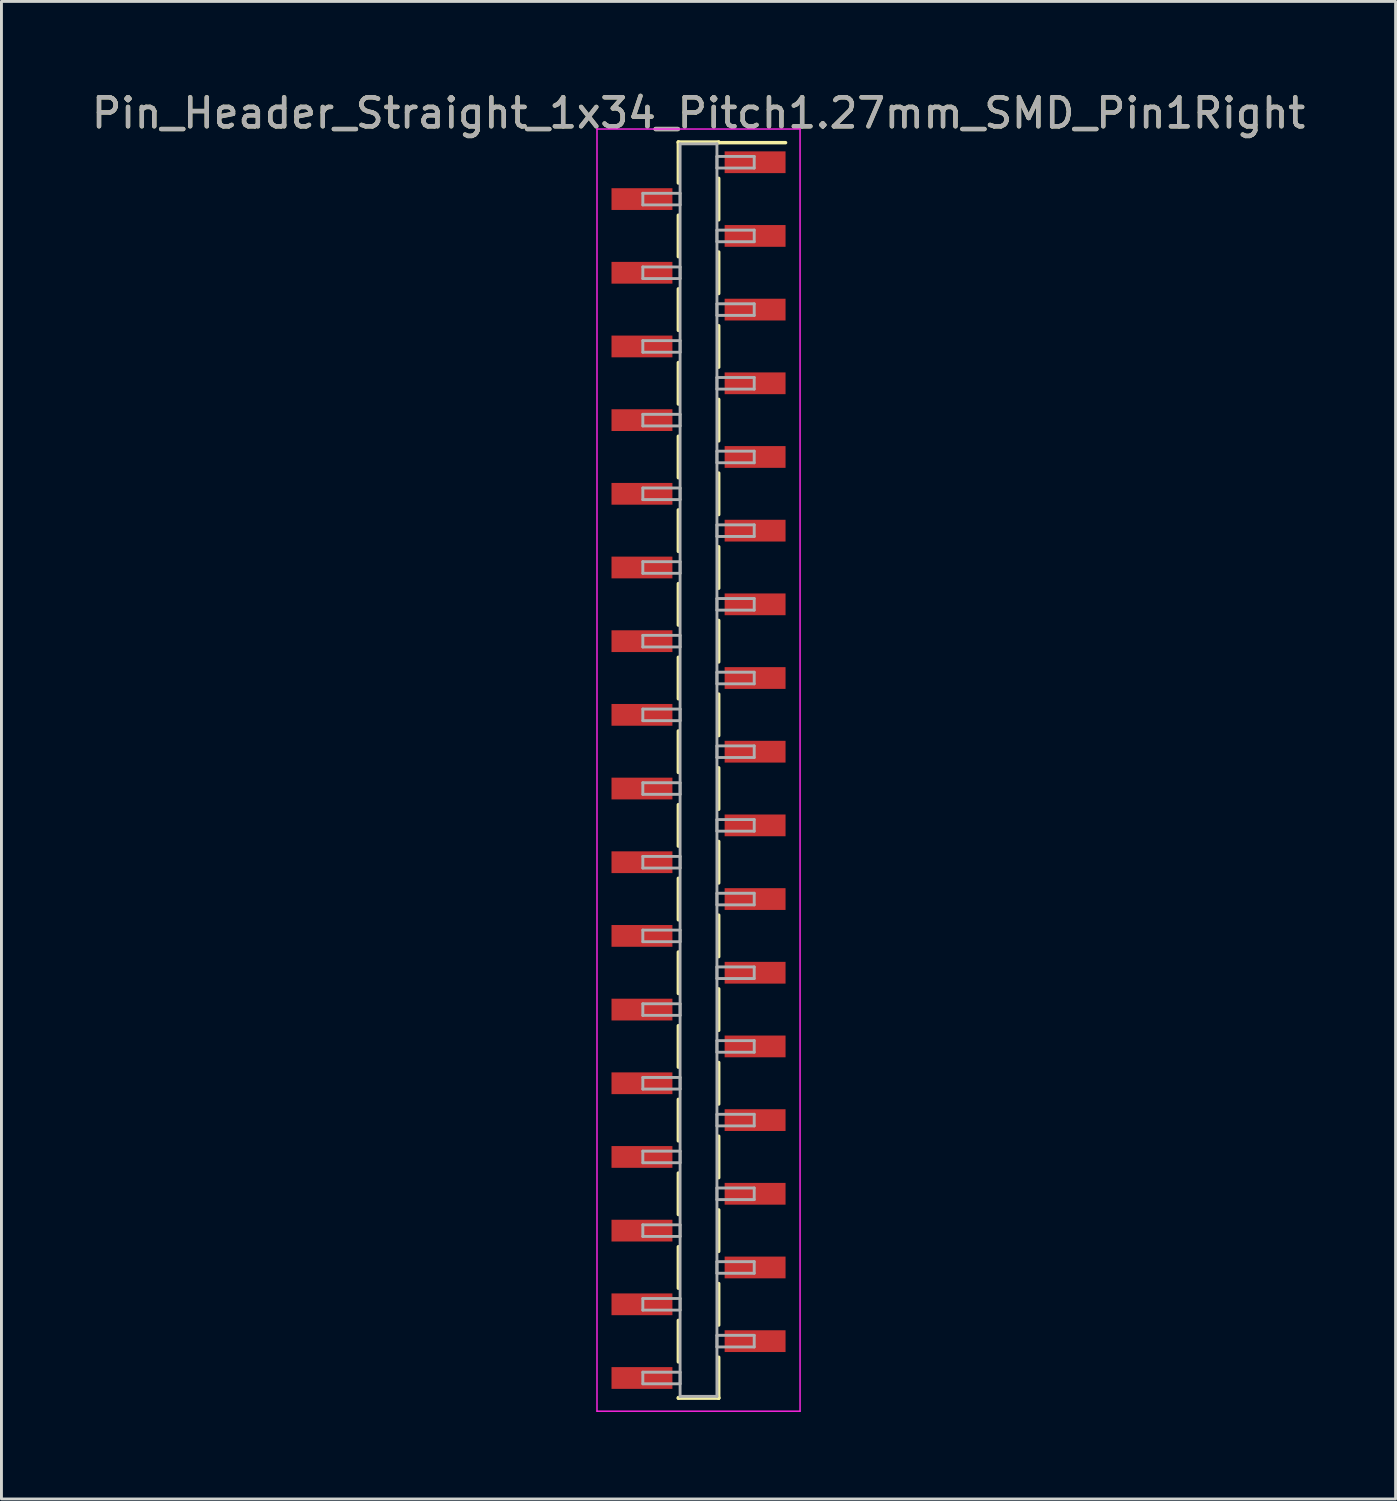
<source format=kicad_pcb>
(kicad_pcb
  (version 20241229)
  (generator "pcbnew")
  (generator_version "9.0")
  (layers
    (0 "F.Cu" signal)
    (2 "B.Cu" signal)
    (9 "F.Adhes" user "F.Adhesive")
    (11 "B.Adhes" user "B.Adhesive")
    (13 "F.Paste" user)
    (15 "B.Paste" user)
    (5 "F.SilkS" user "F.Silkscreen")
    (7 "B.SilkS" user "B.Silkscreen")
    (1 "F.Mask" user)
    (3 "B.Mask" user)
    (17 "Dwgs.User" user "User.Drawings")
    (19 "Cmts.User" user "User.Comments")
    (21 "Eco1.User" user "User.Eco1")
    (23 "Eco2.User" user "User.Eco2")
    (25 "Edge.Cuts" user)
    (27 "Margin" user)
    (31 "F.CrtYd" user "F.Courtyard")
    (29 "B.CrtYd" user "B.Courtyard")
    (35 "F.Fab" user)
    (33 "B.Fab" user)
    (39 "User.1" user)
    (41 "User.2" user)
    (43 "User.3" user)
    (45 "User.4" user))
  (footprint "Pin_Header_Straight_1x34_Pitch1.27mm_SMD_Pin1Right"
    (layer "F.Cu")
    (at 21.03 23.498)
    (property "Reference" "Pin_Header_Straight_1x34_Pitch1.27mm_SMD_Pin1Right" (at 0 -22.65 0) (layer "F.SilkS") (effects (font (size 1 1) (thickness 0.15))))
    (attr smd)
    (fp_line (start -0.695 -21.65) (end -0.695 -20.24) (stroke (width 0.12) (type solid)) (layer "F.SilkS"))
    (fp_line (start -0.695 -21.65) (end 0.695 -21.65) (stroke (width 0.12) (type solid)) (layer "F.SilkS"))
    (fp_line (start -0.695 -21.63) (end -0.695 -21.65) (stroke (width 0.12) (type solid)) (layer "F.SilkS"))
    (fp_line (start -0.695 -19.13) (end -0.695 -17.7) (stroke (width 0.12) (type solid)) (layer "F.SilkS"))
    (fp_line (start -0.695 -16.59) (end -0.695 -15.16) (stroke (width 0.12) (type solid)) (layer "F.SilkS"))
    (fp_line (start -0.695 -14.05) (end -0.695 -12.62) (stroke (width 0.12) (type solid)) (layer "F.SilkS"))
    (fp_line (start -0.695 -11.51) (end -0.695 -10.08) (stroke (width 0.12) (type solid)) (layer "F.SilkS"))
    (fp_line (start -0.695 -8.97) (end -0.695 -7.54) (stroke (width 0.12) (type solid)) (layer "F.SilkS"))
    (fp_line (start -0.695 -6.43) (end -0.695 -5) (stroke (width 0.12) (type solid)) (layer "F.SilkS"))
    (fp_line (start -0.695 -3.89) (end -0.695 -2.46) (stroke (width 0.12) (type solid)) (layer "F.SilkS"))
    (fp_line (start -0.695 -1.35) (end -0.695 0.08) (stroke (width 0.12) (type solid)) (layer "F.SilkS"))
    (fp_line (start -0.695 1.19) (end -0.695 2.62) (stroke (width 0.12) (type solid)) (layer "F.SilkS"))
    (fp_line (start -0.695 3.73) (end -0.695 5.16) (stroke (width 0.12) (type solid)) (layer "F.SilkS"))
    (fp_line (start -0.695 6.27) (end -0.695 7.7) (stroke (width 0.12) (type solid)) (layer "F.SilkS"))
    (fp_line (start -0.695 8.81) (end -0.695 10.24) (stroke (width 0.12) (type solid)) (layer "F.SilkS"))
    (fp_line (start -0.695 11.35) (end -0.695 12.78) (stroke (width 0.12) (type solid)) (layer "F.SilkS"))
    (fp_line (start -0.695 13.89) (end -0.695 15.32) (stroke (width 0.12) (type solid)) (layer "F.SilkS"))
    (fp_line (start -0.695 16.43) (end -0.695 17.86) (stroke (width 0.12) (type solid)) (layer "F.SilkS"))
    (fp_line (start -0.695 18.97) (end -0.695 20.4) (stroke (width 0.12) (type solid)) (layer "F.SilkS"))
    (fp_line (start -0.695 21.63) (end -0.695 21.65) (stroke (width 0.12) (type solid)) (layer "F.SilkS"))
    (fp_line (start -0.695 21.65) (end 0.695 21.65) (stroke (width 0.12) (type solid)) (layer "F.SilkS"))
    (fp_line (start 0.695 -21.65) (end 0.695 -21.63) (stroke (width 0.12) (type solid)) (layer "F.SilkS"))
    (fp_line (start 0.695 -21.63) (end 3 -21.63) (stroke (width 0.12) (type solid)) (layer "F.SilkS"))
    (fp_line (start 0.695 -20.4) (end 0.695 -18.97) (stroke (width 0.12) (type solid)) (layer "F.SilkS"))
    (fp_line (start 0.695 -17.86) (end 0.695 -16.43) (stroke (width 0.12) (type solid)) (layer "F.SilkS"))
    (fp_line (start 0.695 -15.32) (end 0.695 -13.89) (stroke (width 0.12) (type solid)) (layer "F.SilkS"))
    (fp_line (start 0.695 -12.78) (end 0.695 -11.35) (stroke (width 0.12) (type solid)) (layer "F.SilkS"))
    (fp_line (start 0.695 -10.24) (end 0.695 -8.81) (stroke (width 0.12) (type solid)) (layer "F.SilkS"))
    (fp_line (start 0.695 -7.7) (end 0.695 -6.27) (stroke (width 0.12) (type solid)) (layer "F.SilkS"))
    (fp_line (start 0.695 -5.16) (end 0.695 -3.73) (stroke (width 0.12) (type solid)) (layer "F.SilkS"))
    (fp_line (start 0.695 -2.62) (end 0.695 -1.19) (stroke (width 0.12) (type solid)) (layer "F.SilkS"))
    (fp_line (start 0.695 -0.08) (end 0.695 1.35) (stroke (width 0.12) (type solid)) (layer "F.SilkS"))
    (fp_line (start 0.695 2.46) (end 0.695 3.89) (stroke (width 0.12) (type solid)) (layer "F.SilkS"))
    (fp_line (start 0.695 5) (end 0.695 6.43) (stroke (width 0.12) (type solid)) (layer "F.SilkS"))
    (fp_line (start 0.695 7.54) (end 0.695 8.97) (stroke (width 0.12) (type solid)) (layer "F.SilkS"))
    (fp_line (start 0.695 10.08) (end 0.695 11.51) (stroke (width 0.12) (type solid)) (layer "F.SilkS"))
    (fp_line (start 0.695 12.62) (end 0.695 14.05) (stroke (width 0.12) (type solid)) (layer "F.SilkS"))
    (fp_line (start 0.695 15.16) (end 0.695 16.59) (stroke (width 0.12) (type solid)) (layer "F.SilkS"))
    (fp_line (start 0.695 17.7) (end 0.695 19.13) (stroke (width 0.12) (type solid)) (layer "F.SilkS"))
    (fp_line (start 0.695 20.24) (end 0.695 21.65) (stroke (width 0.12) (type solid)) (layer "F.SilkS"))
    (fp_line (start 0.695 21.65) (end 0.695 21.63) (stroke (width 0.12) (type solid)) (layer "F.SilkS"))
    (fp_line (start -3.5 -22.1) (end -3.5 22.1) (stroke (width 0.05) (type solid)) (layer "F.CrtYd"))
    (fp_line (start -3.5 22.1) (end 3.5 22.1) (stroke (width 0.05) (type solid)) (layer "F.CrtYd"))
    (fp_line (start 3.5 -22.1) (end -3.5 -22.1) (stroke (width 0.05) (type solid)) (layer "F.CrtYd"))
    (fp_line (start 3.5 22.1) (end 3.5 -22.1) (stroke (width 0.05) (type solid)) (layer "F.CrtYd"))
    (fp_line (start -1.92 -19.885) (end -0.635 -19.885) (stroke (width 0.1) (type solid)) (layer "F.Fab"))
    (fp_line (start -1.92 -19.485) (end -1.92 -19.885) (stroke (width 0.1) (type solid)) (layer "F.Fab"))
    (fp_line (start -1.92 -17.345) (end -0.635 -17.345) (stroke (width 0.1) (type solid)) (layer "F.Fab"))
    (fp_line (start -1.92 -16.945) (end -1.92 -17.345) (stroke (width 0.1) (type solid)) (layer "F.Fab"))
    (fp_line (start -1.92 -14.805) (end -0.635 -14.805) (stroke (width 0.1) (type solid)) (layer "F.Fab"))
    (fp_line (start -1.92 -14.405) (end -1.92 -14.805) (stroke (width 0.1) (type solid)) (layer "F.Fab"))
    (fp_line (start -1.92 -12.265) (end -0.635 -12.265) (stroke (width 0.1) (type solid)) (layer "F.Fab"))
    (fp_line (start -1.92 -11.865) (end -1.92 -12.265) (stroke (width 0.1) (type solid)) (layer "F.Fab"))
    (fp_line (start -1.92 -9.725) (end -0.635 -9.725) (stroke (width 0.1) (type solid)) (layer "F.Fab"))
    (fp_line (start -1.92 -9.325) (end -1.92 -9.725) (stroke (width 0.1) (type solid)) (layer "F.Fab"))
    (fp_line (start -1.92 -7.185) (end -0.635 -7.185) (stroke (width 0.1) (type solid)) (layer "F.Fab"))
    (fp_line (start -1.92 -6.785) (end -1.92 -7.185) (stroke (width 0.1) (type solid)) (layer "F.Fab"))
    (fp_line (start -1.92 -4.645) (end -0.635 -4.645) (stroke (width 0.1) (type solid)) (layer "F.Fab"))
    (fp_line (start -1.92 -4.245) (end -1.92 -4.645) (stroke (width 0.1) (type solid)) (layer "F.Fab"))
    (fp_line (start -1.92 -2.105) (end -0.635 -2.105) (stroke (width 0.1) (type solid)) (layer "F.Fab"))
    (fp_line (start -1.92 -1.705) (end -1.92 -2.105) (stroke (width 0.1) (type solid)) (layer "F.Fab"))
    (fp_line (start -1.92 0.435) (end -0.635 0.435) (stroke (width 0.1) (type solid)) (layer "F.Fab"))
    (fp_line (start -1.92 0.835) (end -1.92 0.435) (stroke (width 0.1) (type solid)) (layer "F.Fab"))
    (fp_line (start -1.92 2.975) (end -0.635 2.975) (stroke (width 0.1) (type solid)) (layer "F.Fab"))
    (fp_line (start -1.92 3.375) (end -1.92 2.975) (stroke (width 0.1) (type solid)) (layer "F.Fab"))
    (fp_line (start -1.92 5.515) (end -0.635 5.515) (stroke (width 0.1) (type solid)) (layer "F.Fab"))
    (fp_line (start -1.92 5.915) (end -1.92 5.515) (stroke (width 0.1) (type solid)) (layer "F.Fab"))
    (fp_line (start -1.92 8.055) (end -0.635 8.055) (stroke (width 0.1) (type solid)) (layer "F.Fab"))
    (fp_line (start -1.92 8.455) (end -1.92 8.055) (stroke (width 0.1) (type solid)) (layer "F.Fab"))
    (fp_line (start -1.92 10.595) (end -0.635 10.595) (stroke (width 0.1) (type solid)) (layer "F.Fab"))
    (fp_line (start -1.92 10.995) (end -1.92 10.595) (stroke (width 0.1) (type solid)) (layer "F.Fab"))
    (fp_line (start -1.92 13.135) (end -0.635 13.135) (stroke (width 0.1) (type solid)) (layer "F.Fab"))
    (fp_line (start -1.92 13.535) (end -1.92 13.135) (stroke (width 0.1) (type solid)) (layer "F.Fab"))
    (fp_line (start -1.92 15.675) (end -0.635 15.675) (stroke (width 0.1) (type solid)) (layer "F.Fab"))
    (fp_line (start -1.92 16.075) (end -1.92 15.675) (stroke (width 0.1) (type solid)) (layer "F.Fab"))
    (fp_line (start -1.92 18.215) (end -0.635 18.215) (stroke (width 0.1) (type solid)) (layer "F.Fab"))
    (fp_line (start -1.92 18.615) (end -1.92 18.215) (stroke (width 0.1) (type solid)) (layer "F.Fab"))
    (fp_line (start -1.92 20.755) (end -0.635 20.755) (stroke (width 0.1) (type solid)) (layer "F.Fab"))
    (fp_line (start -1.92 21.155) (end -1.92 20.755) (stroke (width 0.1) (type solid)) (layer "F.Fab"))
    (fp_line (start -0.635 -21.59) (end -0.635 21.59) (stroke (width 0.1) (type solid)) (layer "F.Fab"))
    (fp_line (start -0.635 -19.885) (end -0.635 -19.485) (stroke (width 0.1) (type solid)) (layer "F.Fab"))
    (fp_line (start -0.635 -19.485) (end -1.92 -19.485) (stroke (width 0.1) (type solid)) (layer "F.Fab"))
    (fp_line (start -0.635 -17.345) (end -0.635 -16.945) (stroke (width 0.1) (type solid)) (layer "F.Fab"))
    (fp_line (start -0.635 -16.945) (end -1.92 -16.945) (stroke (width 0.1) (type solid)) (layer "F.Fab"))
    (fp_line (start -0.635 -14.805) (end -0.635 -14.405) (stroke (width 0.1) (type solid)) (layer "F.Fab"))
    (fp_line (start -0.635 -14.405) (end -1.92 -14.405) (stroke (width 0.1) (type solid)) (layer "F.Fab"))
    (fp_line (start -0.635 -12.265) (end -0.635 -11.865) (stroke (width 0.1) (type solid)) (layer "F.Fab"))
    (fp_line (start -0.635 -11.865) (end -1.92 -11.865) (stroke (width 0.1) (type solid)) (layer "F.Fab"))
    (fp_line (start -0.635 -9.725) (end -0.635 -9.325) (stroke (width 0.1) (type solid)) (layer "F.Fab"))
    (fp_line (start -0.635 -9.325) (end -1.92 -9.325) (stroke (width 0.1) (type solid)) (layer "F.Fab"))
    (fp_line (start -0.635 -7.185) (end -0.635 -6.785) (stroke (width 0.1) (type solid)) (layer "F.Fab"))
    (fp_line (start -0.635 -6.785) (end -1.92 -6.785) (stroke (width 0.1) (type solid)) (layer "F.Fab"))
    (fp_line (start -0.635 -4.645) (end -0.635 -4.245) (stroke (width 0.1) (type solid)) (layer "F.Fab"))
    (fp_line (start -0.635 -4.245) (end -1.92 -4.245) (stroke (width 0.1) (type solid)) (layer "F.Fab"))
    (fp_line (start -0.635 -2.105) (end -0.635 -1.705) (stroke (width 0.1) (type solid)) (layer "F.Fab"))
    (fp_line (start -0.635 -1.705) (end -1.92 -1.705) (stroke (width 0.1) (type solid)) (layer "F.Fab"))
    (fp_line (start -0.635 0.435) (end -0.635 0.835) (stroke (width 0.1) (type solid)) (layer "F.Fab"))
    (fp_line (start -0.635 0.835) (end -1.92 0.835) (stroke (width 0.1) (type solid)) (layer "F.Fab"))
    (fp_line (start -0.635 2.975) (end -0.635 3.375) (stroke (width 0.1) (type solid)) (layer "F.Fab"))
    (fp_line (start -0.635 3.375) (end -1.92 3.375) (stroke (width 0.1) (type solid)) (layer "F.Fab"))
    (fp_line (start -0.635 5.515) (end -0.635 5.915) (stroke (width 0.1) (type solid)) (layer "F.Fab"))
    (fp_line (start -0.635 5.915) (end -1.92 5.915) (stroke (width 0.1) (type solid)) (layer "F.Fab"))
    (fp_line (start -0.635 8.055) (end -0.635 8.455) (stroke (width 0.1) (type solid)) (layer "F.Fab"))
    (fp_line (start -0.635 8.455) (end -1.92 8.455) (stroke (width 0.1) (type solid)) (layer "F.Fab"))
    (fp_line (start -0.635 10.595) (end -0.635 10.995) (stroke (width 0.1) (type solid)) (layer "F.Fab"))
    (fp_line (start -0.635 10.995) (end -1.92 10.995) (stroke (width 0.1) (type solid)) (layer "F.Fab"))
    (fp_line (start -0.635 13.135) (end -0.635 13.535) (stroke (width 0.1) (type solid)) (layer "F.Fab"))
    (fp_line (start -0.635 13.535) (end -1.92 13.535) (stroke (width 0.1) (type solid)) (layer "F.Fab"))
    (fp_line (start -0.635 15.675) (end -0.635 16.075) (stroke (width 0.1) (type solid)) (layer "F.Fab"))
    (fp_line (start -0.635 16.075) (end -1.92 16.075) (stroke (width 0.1) (type solid)) (layer "F.Fab"))
    (fp_line (start -0.635 18.215) (end -0.635 18.615) (stroke (width 0.1) (type solid)) (layer "F.Fab"))
    (fp_line (start -0.635 18.615) (end -1.92 18.615) (stroke (width 0.1) (type solid)) (layer "F.Fab"))
    (fp_line (start -0.635 20.755) (end -0.635 21.155) (stroke (width 0.1) (type solid)) (layer "F.Fab"))
    (fp_line (start -0.635 21.155) (end -1.92 21.155) (stroke (width 0.1) (type solid)) (layer "F.Fab"))
    (fp_line (start -0.635 21.59) (end 0.635 21.59) (stroke (width 0.1) (type solid)) (layer "F.Fab"))
    (fp_line (start 0.635 -21.59) (end -0.635 -21.59) (stroke (width 0.1) (type solid)) (layer "F.Fab"))
    (fp_line (start 0.635 -21.155) (end 0.635 -20.755) (stroke (width 0.1) (type solid)) (layer "F.Fab"))
    (fp_line (start 0.635 -20.755) (end 1.92 -20.755) (stroke (width 0.1) (type solid)) (layer "F.Fab"))
    (fp_line (start 0.635 -18.615) (end 0.635 -18.215) (stroke (width 0.1) (type solid)) (layer "F.Fab"))
    (fp_line (start 0.635 -18.215) (end 1.92 -18.215) (stroke (width 0.1) (type solid)) (layer "F.Fab"))
    (fp_line (start 0.635 -16.075) (end 0.635 -15.675) (stroke (width 0.1) (type solid)) (layer "F.Fab"))
    (fp_line (start 0.635 -15.675) (end 1.92 -15.675) (stroke (width 0.1) (type solid)) (layer "F.Fab"))
    (fp_line (start 0.635 -13.535) (end 0.635 -13.135) (stroke (width 0.1) (type solid)) (layer "F.Fab"))
    (fp_line (start 0.635 -13.135) (end 1.92 -13.135) (stroke (width 0.1) (type solid)) (layer "F.Fab"))
    (fp_line (start 0.635 -10.995) (end 0.635 -10.595) (stroke (width 0.1) (type solid)) (layer "F.Fab"))
    (fp_line (start 0.635 -10.595) (end 1.92 -10.595) (stroke (width 0.1) (type solid)) (layer "F.Fab"))
    (fp_line (start 0.635 -8.455) (end 0.635 -8.055) (stroke (width 0.1) (type solid)) (layer "F.Fab"))
    (fp_line (start 0.635 -8.055) (end 1.92 -8.055) (stroke (width 0.1) (type solid)) (layer "F.Fab"))
    (fp_line (start 0.635 -5.915) (end 0.635 -5.515) (stroke (width 0.1) (type solid)) (layer "F.Fab"))
    (fp_line (start 0.635 -5.515) (end 1.92 -5.515) (stroke (width 0.1) (type solid)) (layer "F.Fab"))
    (fp_line (start 0.635 -3.375) (end 0.635 -2.975) (stroke (width 0.1) (type solid)) (layer "F.Fab"))
    (fp_line (start 0.635 -2.975) (end 1.92 -2.975) (stroke (width 0.1) (type solid)) (layer "F.Fab"))
    (fp_line (start 0.635 -0.835) (end 0.635 -0.435) (stroke (width 0.1) (type solid)) (layer "F.Fab"))
    (fp_line (start 0.635 -0.435) (end 1.92 -0.435) (stroke (width 0.1) (type solid)) (layer "F.Fab"))
    (fp_line (start 0.635 1.705) (end 0.635 2.105) (stroke (width 0.1) (type solid)) (layer "F.Fab"))
    (fp_line (start 0.635 2.105) (end 1.92 2.105) (stroke (width 0.1) (type solid)) (layer "F.Fab"))
    (fp_line (start 0.635 4.245) (end 0.635 4.645) (stroke (width 0.1) (type solid)) (layer "F.Fab"))
    (fp_line (start 0.635 4.645) (end 1.92 4.645) (stroke (width 0.1) (type solid)) (layer "F.Fab"))
    (fp_line (start 0.635 6.785) (end 0.635 7.185) (stroke (width 0.1) (type solid)) (layer "F.Fab"))
    (fp_line (start 0.635 7.185) (end 1.92 7.185) (stroke (width 0.1) (type solid)) (layer "F.Fab"))
    (fp_line (start 0.635 9.325) (end 0.635 9.725) (stroke (width 0.1) (type solid)) (layer "F.Fab"))
    (fp_line (start 0.635 9.725) (end 1.92 9.725) (stroke (width 0.1) (type solid)) (layer "F.Fab"))
    (fp_line (start 0.635 11.865) (end 0.635 12.265) (stroke (width 0.1) (type solid)) (layer "F.Fab"))
    (fp_line (start 0.635 12.265) (end 1.92 12.265) (stroke (width 0.1) (type solid)) (layer "F.Fab"))
    (fp_line (start 0.635 14.405) (end 0.635 14.805) (stroke (width 0.1) (type solid)) (layer "F.Fab"))
    (fp_line (start 0.635 14.805) (end 1.92 14.805) (stroke (width 0.1) (type solid)) (layer "F.Fab"))
    (fp_line (start 0.635 16.945) (end 0.635 17.345) (stroke (width 0.1) (type solid)) (layer "F.Fab"))
    (fp_line (start 0.635 17.345) (end 1.92 17.345) (stroke (width 0.1) (type solid)) (layer "F.Fab"))
    (fp_line (start 0.635 19.485) (end 0.635 19.885) (stroke (width 0.1) (type solid)) (layer "F.Fab"))
    (fp_line (start 0.635 19.885) (end 1.92 19.885) (stroke (width 0.1) (type solid)) (layer "F.Fab"))
    (fp_line (start 0.635 21.59) (end 0.635 -21.59) (stroke (width 0.1) (type solid)) (layer "F.Fab"))
    (fp_line (start 1.92 -21.155) (end 0.635 -21.155) (stroke (width 0.1) (type solid)) (layer "F.Fab"))
    (fp_line (start 1.92 -20.755) (end 1.92 -21.155) (stroke (width 0.1) (type solid)) (layer "F.Fab"))
    (fp_line (start 1.92 -18.615) (end 0.635 -18.615) (stroke (width 0.1) (type solid)) (layer "F.Fab"))
    (fp_line (start 1.92 -18.215) (end 1.92 -18.615) (stroke (width 0.1) (type solid)) (layer "F.Fab"))
    (fp_line (start 1.92 -16.075) (end 0.635 -16.075) (stroke (width 0.1) (type solid)) (layer "F.Fab"))
    (fp_line (start 1.92 -15.675) (end 1.92 -16.075) (stroke (width 0.1) (type solid)) (layer "F.Fab"))
    (fp_line (start 1.92 -13.535) (end 0.635 -13.535) (stroke (width 0.1) (type solid)) (layer "F.Fab"))
    (fp_line (start 1.92 -13.135) (end 1.92 -13.535) (stroke (width 0.1) (type solid)) (layer "F.Fab"))
    (fp_line (start 1.92 -10.995) (end 0.635 -10.995) (stroke (width 0.1) (type solid)) (layer "F.Fab"))
    (fp_line (start 1.92 -10.595) (end 1.92 -10.995) (stroke (width 0.1) (type solid)) (layer "F.Fab"))
    (fp_line (start 1.92 -8.455) (end 0.635 -8.455) (stroke (width 0.1) (type solid)) (layer "F.Fab"))
    (fp_line (start 1.92 -8.055) (end 1.92 -8.455) (stroke (width 0.1) (type solid)) (layer "F.Fab"))
    (fp_line (start 1.92 -5.915) (end 0.635 -5.915) (stroke (width 0.1) (type solid)) (layer "F.Fab"))
    (fp_line (start 1.92 -5.515) (end 1.92 -5.915) (stroke (width 0.1) (type solid)) (layer "F.Fab"))
    (fp_line (start 1.92 -3.375) (end 0.635 -3.375) (stroke (width 0.1) (type solid)) (layer "F.Fab"))
    (fp_line (start 1.92 -2.975) (end 1.92 -3.375) (stroke (width 0.1) (type solid)) (layer "F.Fab"))
    (fp_line (start 1.92 -0.835) (end 0.635 -0.835) (stroke (width 0.1) (type solid)) (layer "F.Fab"))
    (fp_line (start 1.92 -0.435) (end 1.92 -0.835) (stroke (width 0.1) (type solid)) (layer "F.Fab"))
    (fp_line (start 1.92 1.705) (end 0.635 1.705) (stroke (width 0.1) (type solid)) (layer "F.Fab"))
    (fp_line (start 1.92 2.105) (end 1.92 1.705) (stroke (width 0.1) (type solid)) (layer "F.Fab"))
    (fp_line (start 1.92 4.245) (end 0.635 4.245) (stroke (width 0.1) (type solid)) (layer "F.Fab"))
    (fp_line (start 1.92 4.645) (end 1.92 4.245) (stroke (width 0.1) (type solid)) (layer "F.Fab"))
    (fp_line (start 1.92 6.785) (end 0.635 6.785) (stroke (width 0.1) (type solid)) (layer "F.Fab"))
    (fp_line (start 1.92 7.185) (end 1.92 6.785) (stroke (width 0.1) (type solid)) (layer "F.Fab"))
    (fp_line (start 1.92 9.325) (end 0.635 9.325) (stroke (width 0.1) (type solid)) (layer "F.Fab"))
    (fp_line (start 1.92 9.725) (end 1.92 9.325) (stroke (width 0.1) (type solid)) (layer "F.Fab"))
    (fp_line (start 1.92 11.865) (end 0.635 11.865) (stroke (width 0.1) (type solid)) (layer "F.Fab"))
    (fp_line (start 1.92 12.265) (end 1.92 11.865) (stroke (width 0.1) (type solid)) (layer "F.Fab"))
    (fp_line (start 1.92 14.405) (end 0.635 14.405) (stroke (width 0.1) (type solid)) (layer "F.Fab"))
    (fp_line (start 1.92 14.805) (end 1.92 14.405) (stroke (width 0.1) (type solid)) (layer "F.Fab"))
    (fp_line (start 1.92 16.945) (end 0.635 16.945) (stroke (width 0.1) (type solid)) (layer "F.Fab"))
    (fp_line (start 1.92 17.345) (end 1.92 16.945) (stroke (width 0.1) (type solid)) (layer "F.Fab"))
    (fp_line (start 1.92 19.485) (end 0.635 19.485) (stroke (width 0.1) (type solid)) (layer "F.Fab"))
    (fp_line (start 1.92 19.885) (end 1.92 19.485) (stroke (width 0.1) (type solid)) (layer "F.Fab"))
    (fp_text user "${REFERENCE}" (at 0 -22.65 0) (layer "F.Fab") (effects (font (size 1 1) (thickness 0.15))))
    (pad "1" smd rect (at 1.95 -20.955) (size 2.1 0.75) (layers "F.Cu" "F.Mask" "F.Paste"))
    (pad "2" smd rect (at -1.95 -19.685) (size 2.1 0.75) (layers "F.Cu" "F.Mask" "F.Paste"))
    (pad "3" smd rect (at 1.95 -18.415) (size 2.1 0.75) (layers "F.Cu" "F.Mask" "F.Paste"))
    (pad "4" smd rect (at -1.95 -17.145) (size 2.1 0.75) (layers "F.Cu" "F.Mask" "F.Paste"))
    (pad "5" smd rect (at 1.95 -15.875) (size 2.1 0.75) (layers "F.Cu" "F.Mask" "F.Paste"))
    (pad "6" smd rect (at -1.95 -14.605) (size 2.1 0.75) (layers "F.Cu" "F.Mask" "F.Paste"))
    (pad "7" smd rect (at 1.95 -13.335) (size 2.1 0.75) (layers "F.Cu" "F.Mask" "F.Paste"))
    (pad "8" smd rect (at -1.95 -12.065) (size 2.1 0.75) (layers "F.Cu" "F.Mask" "F.Paste"))
    (pad "9" smd rect (at 1.95 -10.795) (size 2.1 0.75) (layers "F.Cu" "F.Mask" "F.Paste"))
    (pad "10" smd rect (at -1.95 -9.525) (size 2.1 0.75) (layers "F.Cu" "F.Mask" "F.Paste"))
    (pad "11" smd rect (at 1.95 -8.255) (size 2.1 0.75) (layers "F.Cu" "F.Mask" "F.Paste"))
    (pad "12" smd rect (at -1.95 -6.985) (size 2.1 0.75) (layers "F.Cu" "F.Mask" "F.Paste"))
    (pad "13" smd rect (at 1.95 -5.715) (size 2.1 0.75) (layers "F.Cu" "F.Mask" "F.Paste"))
    (pad "14" smd rect (at -1.95 -4.445) (size 2.1 0.75) (layers "F.Cu" "F.Mask" "F.Paste"))
    (pad "15" smd rect (at 1.95 -3.175) (size 2.1 0.75) (layers "F.Cu" "F.Mask" "F.Paste"))
    (pad "16" smd rect (at -1.95 -1.905) (size 2.1 0.75) (layers "F.Cu" "F.Mask" "F.Paste"))
    (pad "17" smd rect (at 1.95 -0.635) (size 2.1 0.75) (layers "F.Cu" "F.Mask" "F.Paste"))
    (pad "18" smd rect (at -1.95 0.635) (size 2.1 0.75) (layers "F.Cu" "F.Mask" "F.Paste"))
    (pad "19" smd rect (at 1.95 1.905) (size 2.1 0.75) (layers "F.Cu" "F.Mask" "F.Paste"))
    (pad "20" smd rect (at -1.95 3.175) (size 2.1 0.75) (layers "F.Cu" "F.Mask" "F.Paste"))
    (pad "21" smd rect (at 1.95 4.445) (size 2.1 0.75) (layers "F.Cu" "F.Mask" "F.Paste"))
    (pad "22" smd rect (at -1.95 5.715) (size 2.1 0.75) (layers "F.Cu" "F.Mask" "F.Paste"))
    (pad "23" smd rect (at 1.95 6.985) (size 2.1 0.75) (layers "F.Cu" "F.Mask" "F.Paste"))
    (pad "24" smd rect (at -1.95 8.255) (size 2.1 0.75) (layers "F.Cu" "F.Mask" "F.Paste"))
    (pad "25" smd rect (at 1.95 9.525) (size 2.1 0.75) (layers "F.Cu" "F.Mask" "F.Paste"))
    (pad "26" smd rect (at -1.95 10.795) (size 2.1 0.75) (layers "F.Cu" "F.Mask" "F.Paste"))
    (pad "27" smd rect (at 1.95 12.065) (size 2.1 0.75) (layers "F.Cu" "F.Mask" "F.Paste"))
    (pad "28" smd rect (at -1.95 13.335) (size 2.1 0.75) (layers "F.Cu" "F.Mask" "F.Paste"))
    (pad "29" smd rect (at 1.95 14.605) (size 2.1 0.75) (layers "F.Cu" "F.Mask" "F.Paste"))
    (pad "30" smd rect (at -1.95 15.875) (size 2.1 0.75) (layers "F.Cu" "F.Mask" "F.Paste"))
    (pad "31" smd rect (at 1.95 17.145) (size 2.1 0.75) (layers "F.Cu" "F.Mask" "F.Paste"))
    (pad "32" smd rect (at -1.95 18.415) (size 2.1 0.75) (layers "F.Cu" "F.Mask" "F.Paste"))
    (pad "33" smd rect (at 1.95 19.685) (size 2.1 0.75) (layers "F.Cu" "F.Mask" "F.Paste"))
    (pad "34" smd rect (at -1.95 20.955) (size 2.1 0.75) (layers "F.Cu" "F.Mask" "F.Paste")))
  (gr_rect
    (start -3 -3)
    (end 45.06 48.623)
    (stroke (width 0.1) (type default))
    (fill no)
    (layer "Edge.Cuts")))
</source>
